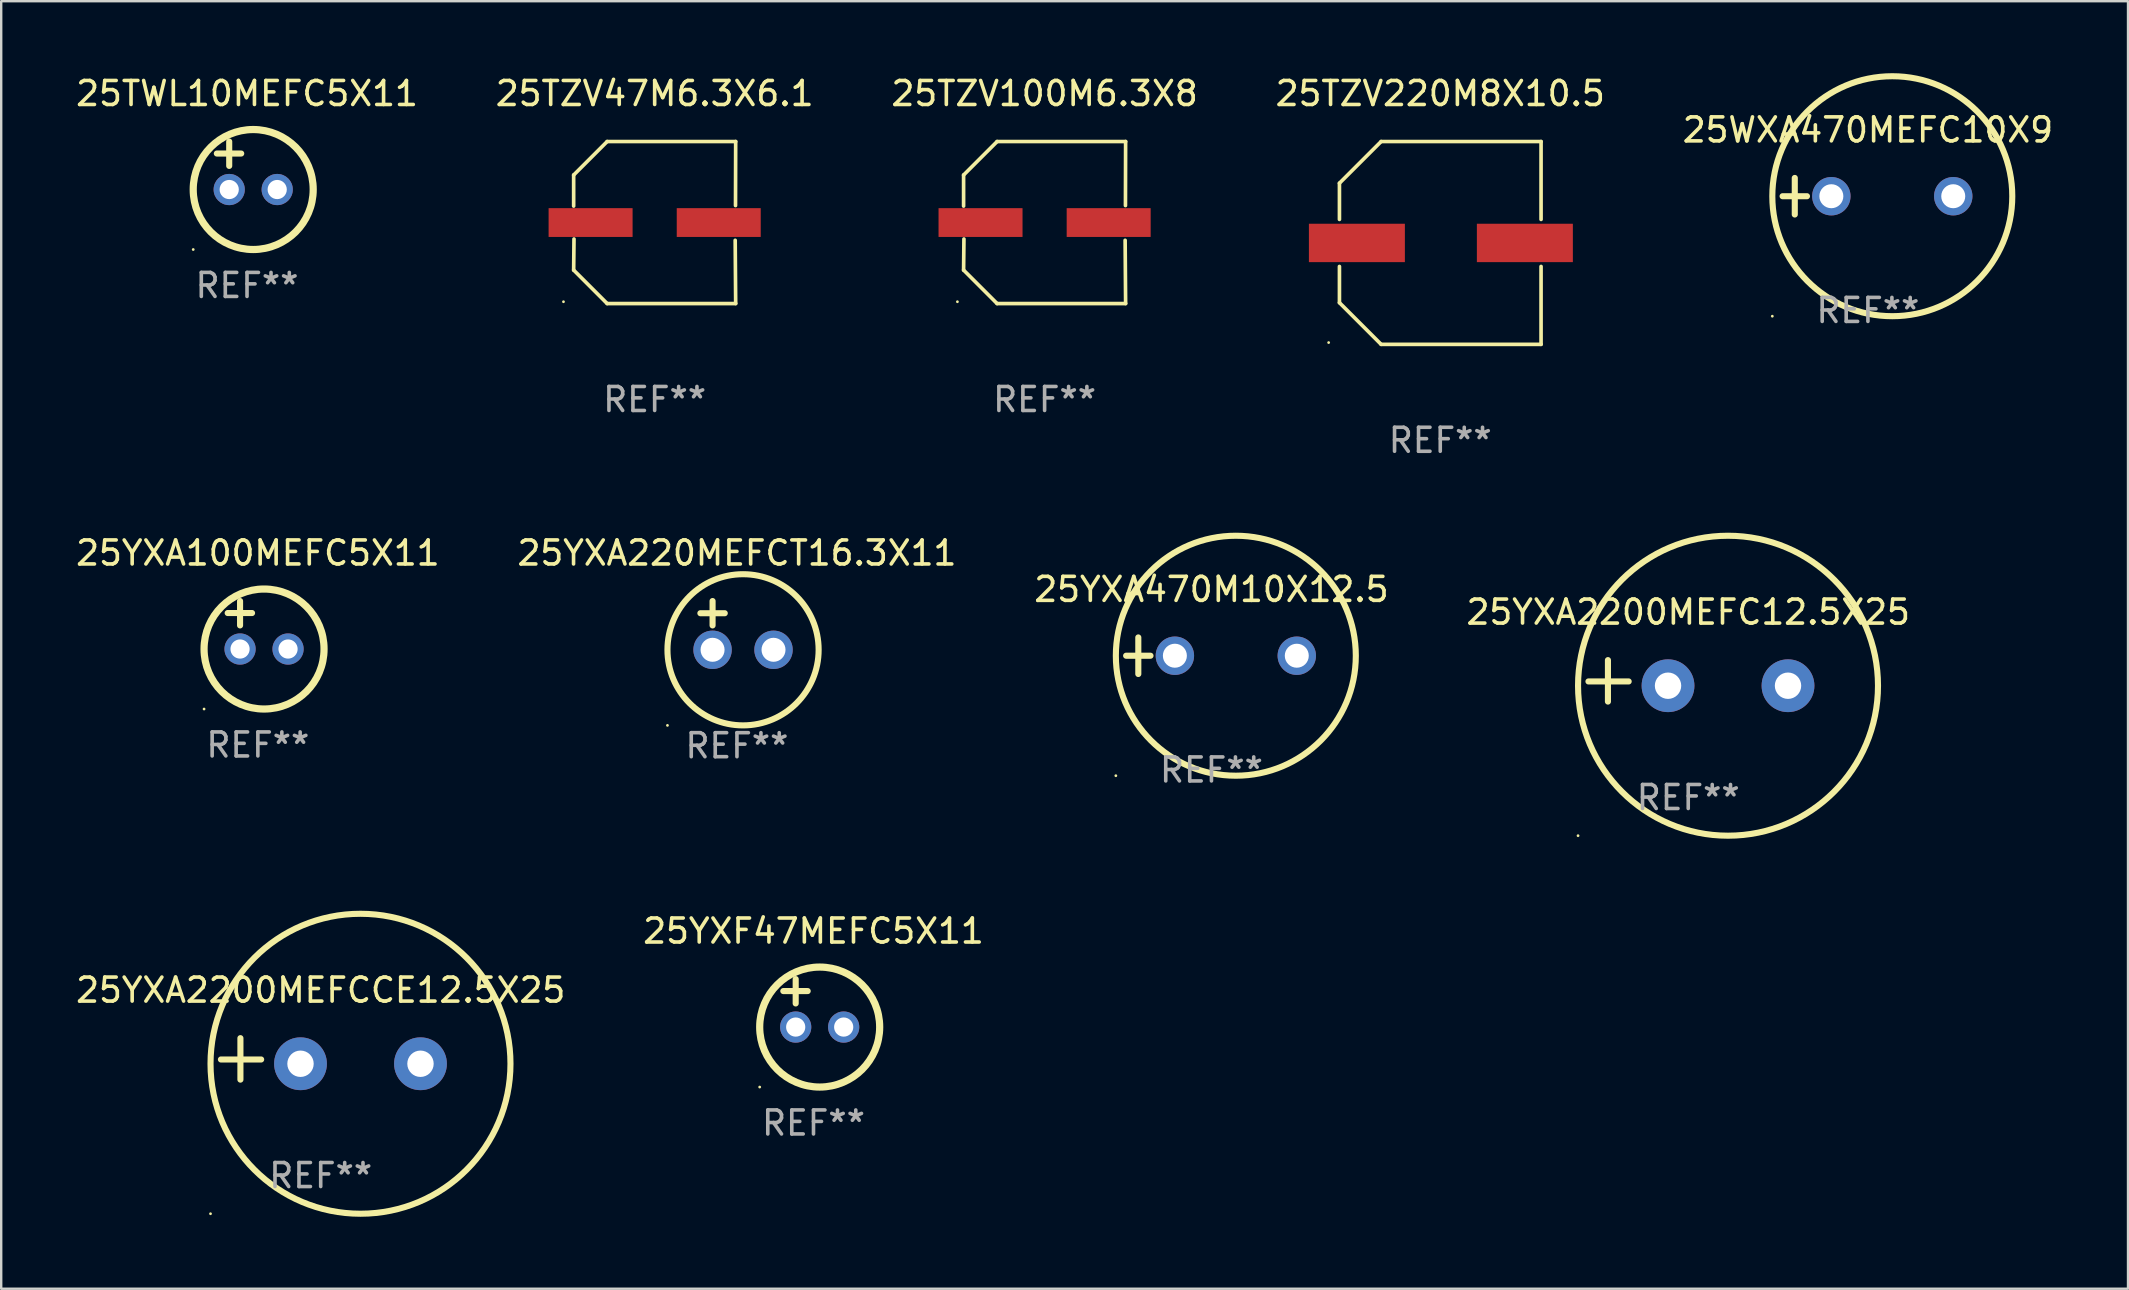
<source format=kicad_pcb>
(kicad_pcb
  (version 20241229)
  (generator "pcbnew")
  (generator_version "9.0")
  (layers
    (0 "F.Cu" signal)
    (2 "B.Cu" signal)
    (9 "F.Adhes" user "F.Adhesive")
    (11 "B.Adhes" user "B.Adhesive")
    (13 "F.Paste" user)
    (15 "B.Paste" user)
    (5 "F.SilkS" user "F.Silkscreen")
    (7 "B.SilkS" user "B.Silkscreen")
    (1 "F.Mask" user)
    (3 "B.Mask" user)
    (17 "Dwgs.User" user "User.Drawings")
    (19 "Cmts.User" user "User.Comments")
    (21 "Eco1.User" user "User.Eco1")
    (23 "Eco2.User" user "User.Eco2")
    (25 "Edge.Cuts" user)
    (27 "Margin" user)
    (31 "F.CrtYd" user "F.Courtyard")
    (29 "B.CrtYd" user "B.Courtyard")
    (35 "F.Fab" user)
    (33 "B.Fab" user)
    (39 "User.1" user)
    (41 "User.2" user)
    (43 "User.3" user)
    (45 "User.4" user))
  (footprint "25TWL10MEFC5X11"
    (layer "F.Cu")
    (at 7.244 3.848)
    (property "Reference" "25TWL10MEFC5X11" (at 0 -3 0) (layer "F.SilkS") (effects (font (size 1 1) (thickness 0.15))))
    (attr through_hole)
    (fp_line (start -1.258 -0.5) (end -0.242 -0.5) (stroke (width 0.254) (type solid)) (layer "F.SilkS"))
    (fp_line (start -0.742 -1) (end -0.742 0.016) (stroke (width 0.254) (type solid)) (layer "F.SilkS"))
    (fp_circle (center -2.242 3.5) (end -2.212 3.5) (stroke (width 0.06) (type solid)) (fill no) (layer "F.SilkS"))
    (fp_circle (center 0.258 1) (end 2.758 1) (stroke (width 0.3) (type solid)) (fill no) (layer "F.SilkS"))
    (fp_text user "REF**" (at 0 5 0) (layer "F.Fab") (effects (font (size 1 1) (thickness 0.15))))
    (pad "1" thru_hole circle (at -0.742 1) (size 1.3 1.3) (drill 0.8) (layers "*.Cu" "*.Mask"))
    (pad "2" thru_hole circle (at 1.258 1) (size 1.3 1.3) (drill 0.8) (layers "*.Cu" "*.Mask")))
  (footprint "25YXA2200MEFCCE12.5X25"
    (layer "F.Cu")
    (at 10.315 41.077)
    (property "Reference" "25YXA2200MEFCCE12.5X25" (at 0 -2.864 0) (layer "F.SilkS") (effects (font (size 1 1) (thickness 0.15))))
    (attr through_hole)
    (fp_line (start -3.346 0.864) (end -3.346 -0.864) (stroke (width 0.254) (type solid)) (layer "F.SilkS"))
    (fp_line (start -2.482 0.025) (end -4.158 0.025) (stroke (width 0.254) (type solid)) (layer "F.SilkS"))
    (fp_circle (center -4.592 6.453) (end -4.562 6.453) (stroke (width 0.06) (type solid)) (fill no) (layer "F.SilkS"))
    (fp_circle (center 1.658 0.203) (end 7.908 0.203) (stroke (width 0.254) (type solid)) (fill no) (layer "F.SilkS"))
    (fp_text user "REF**" (at 0 4.864 0) (layer "F.Fab") (effects (font (size 1 1) (thickness 0.15))))
    (pad "1" thru_hole circle (at -0.842 0.203) (size 2.2 2.2) (drill 1.1) (layers "*.Cu" "*.Mask"))
    (pad "2" thru_hole circle (at 4.158 0.203) (size 2.2 2.2) (drill 1.1) (layers "*.Cu" "*.Mask")))
  (footprint "25TZV100M6.3X8"
    (layer "F.Cu")
    (at 40.482 6.224)
    (property "Reference" "25TZV100M6.3X8" (at 0 -5.376 0) (layer "F.SilkS") (effects (font (size 1 1) (thickness 0.15))))
    (attr through_hole)
    (fp_line (start -3.376 -1.98) (end -3.376 -0.686) (stroke (width 0.152) (type solid)) (layer "F.SilkS"))
    (fp_line (start -3.376 1.981) (end -3.362 0.686) (stroke (width 0.152) (type solid)) (layer "F.SilkS"))
    (fp_line (start -1.981 3.376) (end -3.376 1.981) (stroke (width 0.152) (type solid)) (layer "F.SilkS"))
    (fp_line (start -1.98 -3.376) (end -3.376 -1.98) (stroke (width 0.152) (type solid)) (layer "F.SilkS"))
    (fp_line (start 3.356 0.74) (end 3.376 3.376) (stroke (width 0.152) (type solid)) (layer "F.SilkS"))
    (fp_line (start 3.369 -0.707) (end 3.376 -3.376) (stroke (width 0.152) (type solid)) (layer "F.SilkS"))
    (fp_line (start 3.376 3.376) (end -1.981 3.376) (stroke (width 0.152) (type solid)) (layer "F.SilkS"))
    (fp_line (start 3.376 -3.376) (end -1.98 -3.376) (stroke (width 0.152) (type solid)) (layer "F.SilkS"))
    (fp_circle (center -3.634 3.3) (end -3.604 3.3) (stroke (width 0.06) (type solid)) (fill no) (layer "F.SilkS"))
    (fp_text user "REF**" (at 0 7.376 0) (layer "F.Fab") (effects (font (size 1 1) (thickness 0.15))))
    (pad "1" smd rect (at -2.67 0.000254) (size 3.5 1.2) (layers "F.Cu" "F.Mask" "F.Paste"))
    (pad "2" smd rect (at 2.67 0.000254) (size 3.5 1.2) (layers "F.Cu" "F.Mask" "F.Paste")))
  (footprint "25YXA470M10X12.5"
    (layer "F.Cu")
    (at 47.435 24.276)
    (property "Reference" "25YXA470M10X12.5" (at 0 -2.762 0) (layer "F.SilkS") (effects (font (size 1 1) (thickness 0.15))))
    (attr through_hole)
    (fp_line (start -3.556 0) (end -2.54 0) (stroke (width 0.254) (type solid)) (layer "F.SilkS"))
    (fp_line (start -3.048 -0.762) (end -3.048 0.762) (stroke (width 0.254) (type solid)) (layer "F.SilkS"))
    (fp_circle (center -3.984 5) (end -3.954 5) (stroke (width 0.06) (type solid)) (fill no) (layer "F.SilkS"))
    (fp_circle (center 1.016 0) (end 6.016 0) (stroke (width 0.254) (type solid)) (fill no) (layer "F.SilkS"))
    (fp_text user "REF**" (at 0 4.762 0) (layer "F.Fab") (effects (font (size 1 1) (thickness 0.15))))
    (pad "1" thru_hole circle (at -1.524 0) (size 1.6 1.6) (drill 1) (layers "*.Cu" "*.Mask"))
    (pad "2" thru_hole circle (at 3.556 0) (size 1.6 1.6) (drill 1) (layers "*.Cu" "*.Mask")))
  (footprint "25YXA220MEFCT16.3X11"
    (layer "F.Cu")
    (at 27.661 23.013)
    (property "Reference" "25YXA220MEFCT16.3X11" (at 0 -3.016 0) (layer "F.SilkS") (effects (font (size 1 1) (thickness 0.15))))
    (attr through_hole)
    (fp_line (start -1.524 -0.508) (end -0.508 -0.508) (stroke (width 0.254) (type solid)) (layer "F.SilkS"))
    (fp_line (start -1.016 -1.016) (end -1.016 0) (stroke (width 0.254) (type solid)) (layer "F.SilkS"))
    (fp_circle (center -2.896 4.166) (end -2.866 4.166) (stroke (width 0.06) (type solid)) (fill no) (layer "F.SilkS"))
    (fp_circle (center 0.254 1.016) (end 3.404 1.016) (stroke (width 0.254) (type solid)) (fill no) (layer "F.SilkS"))
    (fp_text user "REF**" (at 0 5.016 0) (layer "F.Fab") (effects (font (size 1 1) (thickness 0.15))))
    (pad "1" thru_hole circle (at -1.016 1.016) (size 1.6 1.6) (drill 1) (layers "*.Cu" "*.Mask"))
    (pad "2" thru_hole circle (at 1.524 1.016) (size 1.6 1.6) (drill 1) (layers "*.Cu" "*.Mask")))
  (footprint "25YXA2200MEFC12.5X25"
    (layer "F.Cu")
    (at 67.304 25.323)
    (property "Reference" "25YXA2200MEFC12.5X25" (at 0 -2.864 0) (layer "F.SilkS") (effects (font (size 1 1) (thickness 0.15))))
    (attr through_hole)
    (fp_line (start -3.346 0.864) (end -3.346 -0.864) (stroke (width 0.254) (type solid)) (layer "F.SilkS"))
    (fp_line (start -2.482 0.025) (end -4.158 0.025) (stroke (width 0.254) (type solid)) (layer "F.SilkS"))
    (fp_circle (center -4.592 6.453) (end -4.562 6.453) (stroke (width 0.06) (type solid)) (fill no) (layer "F.SilkS"))
    (fp_circle (center 1.658 0.203) (end 7.908 0.203) (stroke (width 0.254) (type solid)) (fill no) (layer "F.SilkS"))
    (fp_text user "REF**" (at 0 4.864 0) (layer "F.Fab") (effects (font (size 1 1) (thickness 0.15))))
    (pad "1" thru_hole circle (at -0.842 0.203) (size 2.2 2.2) (drill 1.1) (layers "*.Cu" "*.Mask"))
    (pad "2" thru_hole circle (at 4.158 0.203) (size 2.2 2.2) (drill 1.1) (layers "*.Cu" "*.Mask")))
  (footprint "25TZV47M6.3X6.1"
    (layer "F.Cu")
    (at 24.232 6.224)
    (property "Reference" "25TZV47M6.3X6.1" (at 0 -5.376 0) (layer "F.SilkS") (effects (font (size 1 1) (thickness 0.15))))
    (attr through_hole)
    (fp_line (start -3.376 -1.98) (end -3.376 -0.686) (stroke (width 0.152) (type solid)) (layer "F.SilkS"))
    (fp_line (start -3.376 1.981) (end -3.362 0.686) (stroke (width 0.152) (type solid)) (layer "F.SilkS"))
    (fp_line (start -1.981 3.376) (end -3.376 1.981) (stroke (width 0.152) (type solid)) (layer "F.SilkS"))
    (fp_line (start -1.98 -3.376) (end -3.376 -1.98) (stroke (width 0.152) (type solid)) (layer "F.SilkS"))
    (fp_line (start 3.356 0.74) (end 3.376 3.376) (stroke (width 0.152) (type solid)) (layer "F.SilkS"))
    (fp_line (start 3.369 -0.707) (end 3.376 -3.376) (stroke (width 0.152) (type solid)) (layer "F.SilkS"))
    (fp_line (start 3.376 3.376) (end -1.981 3.376) (stroke (width 0.152) (type solid)) (layer "F.SilkS"))
    (fp_line (start 3.376 -3.376) (end -1.98 -3.376) (stroke (width 0.152) (type solid)) (layer "F.SilkS"))
    (fp_circle (center -3.8 3.3) (end -3.77 3.3) (stroke (width 0.06) (type solid)) (fill no) (layer "F.SilkS"))
    (fp_text user "REF**" (at 0 7.376 0) (layer "F.Fab") (effects (font (size 1 1) (thickness 0.15))))
    (pad "1" smd rect (at -2.67 0.000203) (size 3.5 1.2) (layers "F.Cu" "F.Mask" "F.Paste"))
    (pad "2" smd rect (at 2.67 0.000203) (size 3.5 1.2) (layers "F.Cu" "F.Mask" "F.Paste")))
  (footprint "25YXA100MEFC5X11"
    (layer "F.Cu")
    (at 7.696 22.997)
    (property "Reference" "25YXA100MEFC5X11" (at 0 -3 0) (layer "F.SilkS") (effects (font (size 1 1) (thickness 0.15))))
    (attr through_hole)
    (fp_line (start -1.258 -0.5) (end -0.242 -0.5) (stroke (width 0.254) (type solid)) (layer "F.SilkS"))
    (fp_line (start -0.742 -1) (end -0.742 0.016) (stroke (width 0.254) (type solid)) (layer "F.SilkS"))
    (fp_circle (center -2.242 3.5) (end -2.212 3.5) (stroke (width 0.06) (type solid)) (fill no) (layer "F.SilkS"))
    (fp_circle (center 0.258 1) (end 2.758 1) (stroke (width 0.3) (type solid)) (fill no) (layer "F.SilkS"))
    (fp_text user "REF**" (at 0 5 0) (layer "F.Fab") (effects (font (size 1 1) (thickness 0.15))))
    (pad "1" thru_hole circle (at -0.742 1) (size 1.3 1.3) (drill 0.8) (layers "*.Cu" "*.Mask"))
    (pad "2" thru_hole circle (at 1.258 1) (size 1.3 1.3) (drill 0.8) (layers "*.Cu" "*.Mask")))
  (footprint "25WXA470MEFC10X9"
    (layer "F.Cu")
    (at 74.792 5.127)
    (property "Reference" "25WXA470MEFC10X9" (at 0 -2.762 0) (layer "F.SilkS") (effects (font (size 1 1) (thickness 0.15))))
    (attr through_hole)
    (fp_line (start -3.556 0) (end -2.54 0) (stroke (width 0.254) (type solid)) (layer "F.SilkS"))
    (fp_line (start -3.048 -0.762) (end -3.048 0.762) (stroke (width 0.254) (type solid)) (layer "F.SilkS"))
    (fp_circle (center -3.984 5) (end -3.954 5) (stroke (width 0.06) (type solid)) (fill no) (layer "F.SilkS"))
    (fp_circle (center 1.016 0) (end 6.016 0) (stroke (width 0.254) (type solid)) (fill no) (layer "F.SilkS"))
    (fp_text user "REF**" (at 0 4.762 0) (layer "F.Fab") (effects (font (size 1 1) (thickness 0.15))))
    (pad "1" thru_hole circle (at -1.524 0) (size 1.6 1.6) (drill 1) (layers "*.Cu" "*.Mask"))
    (pad "2" thru_hole circle (at 3.556 0) (size 1.6 1.6) (drill 1) (layers "*.Cu" "*.Mask")))
  (footprint "25TZV220M8X10.5"
    (layer "F.Cu")
    (at 56.97 7.074)
    (property "Reference" "25TZV220M8X10.5" (at 0 -6.226 0) (layer "F.SilkS") (effects (font (size 1 1) (thickness 0.15))))
    (attr through_hole)
    (fp_line (start -4.201 -0.98) (end -4.201 -2.49) (stroke (width 0.152) (type solid)) (layer "F.SilkS"))
    (fp_line (start -4.201 2.49) (end -4.201 0.98) (stroke (width 0.152) (type solid)) (layer "F.SilkS"))
    (fp_line (start -2.465 -4.226) (end -4.201 -2.49) (stroke (width 0.152) (type solid)) (layer "F.SilkS"))
    (fp_line (start -2.465 4.226) (end -4.201 2.49) (stroke (width 0.152) (type solid)) (layer "F.SilkS"))
    (fp_line (start 4.201 -4.226) (end -2.465 -4.226) (stroke (width 0.152) (type solid)) (layer "F.SilkS"))
    (fp_line (start 4.201 -4.226) (end 4.201 -0.98) (stroke (width 0.152) (type solid)) (layer "F.SilkS"))
    (fp_line (start 4.201 0.98) (end 4.201 4.226) (stroke (width 0.152) (type solid)) (layer "F.SilkS"))
    (fp_line (start 4.201 4.226) (end -2.465 4.226) (stroke (width 0.152) (type solid)) (layer "F.SilkS"))
    (fp_circle (center -4.651 4.152) (end -4.621 4.152) (stroke (width 0.06) (type solid)) (fill no) (layer "F.SilkS"))
    (fp_text user "REF**" (at 0 8.226 0) (layer "F.Fab") (effects (font (size 1 1) (thickness 0.15))))
    (pad "1" smd rect (at -3.474 0) (size 4 1.6) (layers "F.Cu" "F.Mask" "F.Paste"))
    (pad "2" smd rect (at 3.526 0) (size 4 1.6) (layers "F.Cu" "F.Mask" "F.Paste")))
  (footprint "25YXF47MEFC5X11"
    (layer "F.Cu")
    (at 30.851 38.751)
    (property "Reference" "25YXF47MEFC5X11" (at 0 -3 0) (layer "F.SilkS") (effects (font (size 1 1) (thickness 0.15))))
    (attr through_hole)
    (fp_line (start -1.258 -0.5) (end -0.242 -0.5) (stroke (width 0.254) (type solid)) (layer "F.SilkS"))
    (fp_line (start -0.742 -1) (end -0.742 0.016) (stroke (width 0.254) (type solid)) (layer "F.SilkS"))
    (fp_circle (center -2.242 3.5) (end -2.212 3.5) (stroke (width 0.06) (type solid)) (fill no) (layer "F.SilkS"))
    (fp_circle (center 0.258 1) (end 2.758 1) (stroke (width 0.3) (type solid)) (fill no) (layer "F.SilkS"))
    (fp_text user "REF**" (at 0 5 0) (layer "F.Fab") (effects (font (size 1 1) (thickness 0.15))))
    (pad "1" thru_hole circle (at -0.742 1) (size 1.3 1.3) (drill 0.8) (layers "*.Cu" "*.Mask"))
    (pad "2" thru_hole circle (at 1.258 1) (size 1.3 1.3) (drill 0.8) (layers "*.Cu" "*.Mask")))
  (gr_rect
    (start -3 -3)
    (end 85.631 50.657)
    (stroke (width 0.1) (type default))
    (fill no)
    (layer "Edge.Cuts")))
</source>
